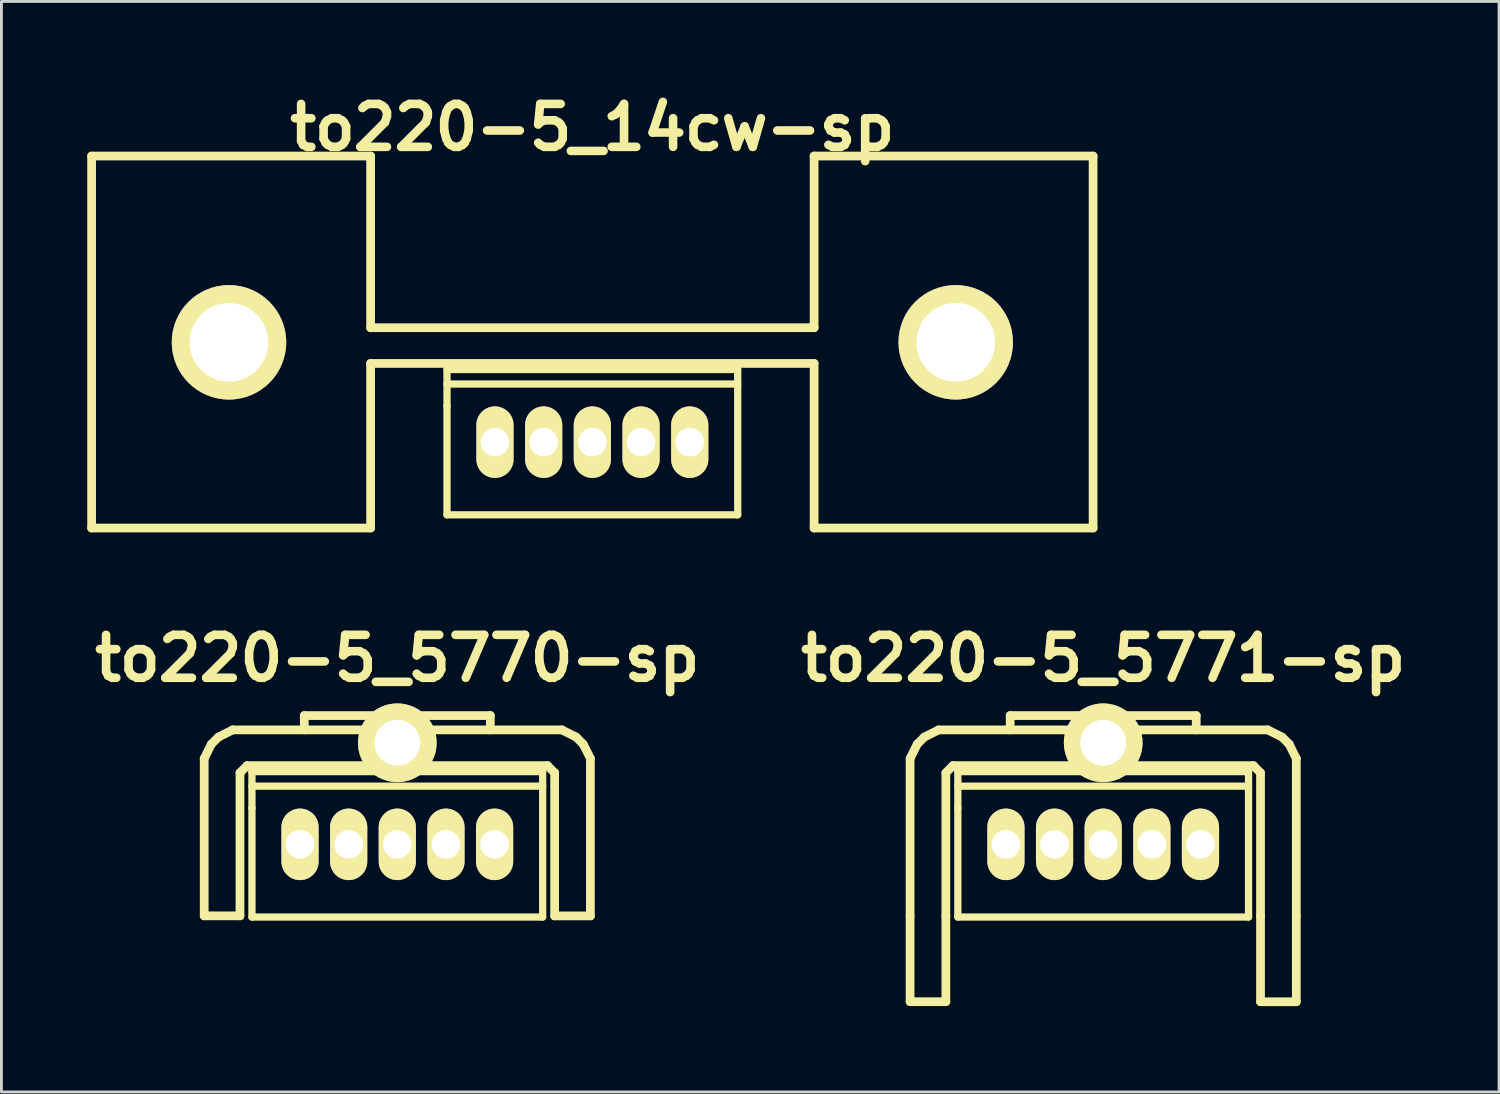
<source format=kicad_pcb>
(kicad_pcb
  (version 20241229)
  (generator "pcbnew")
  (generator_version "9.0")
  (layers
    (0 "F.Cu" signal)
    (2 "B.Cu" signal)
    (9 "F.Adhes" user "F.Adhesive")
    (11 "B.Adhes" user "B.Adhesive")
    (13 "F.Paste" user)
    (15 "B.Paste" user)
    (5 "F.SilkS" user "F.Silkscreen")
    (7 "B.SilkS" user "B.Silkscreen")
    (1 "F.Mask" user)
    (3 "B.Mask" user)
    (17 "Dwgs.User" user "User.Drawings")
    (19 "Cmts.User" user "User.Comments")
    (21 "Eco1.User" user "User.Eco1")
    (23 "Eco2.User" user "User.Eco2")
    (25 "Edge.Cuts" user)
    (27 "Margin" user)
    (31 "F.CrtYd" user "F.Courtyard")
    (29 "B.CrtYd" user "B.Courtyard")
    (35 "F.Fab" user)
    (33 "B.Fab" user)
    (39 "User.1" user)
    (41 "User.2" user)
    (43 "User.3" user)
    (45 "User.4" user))
  (footprint "to220-5_14cw-sp"
    (layer "F.Cu")
    (at 17.653 12.404)
    (property "Reference" "to220-5_14cw-sp" (at 0 -11 0) (layer "F.SilkS") (effects (font (size 1.5 1.5) (thickness 0.3))))
    (attr through_hole)
    (fp_line (start -17.501 -10) (end -17.501 3) (stroke (width 0.305) (type solid)) (layer "F.SilkS"))
    (fp_line (start -17.501 3) (end -7.75 3) (stroke (width 0.305) (type solid)) (layer "F.SilkS"))
    (fp_line (start -7.75 -10) (end -17.501 -10) (stroke (width 0.305) (type solid)) (layer "F.SilkS"))
    (fp_line (start -7.75 -4) (end -7.75 -10) (stroke (width 0.305) (type solid)) (layer "F.SilkS"))
    (fp_line (start -7.75 -2.751) (end 7.75 -2.751) (stroke (width 0.305) (type solid)) (layer "F.SilkS"))
    (fp_line (start -7.75 3) (end -7.75 -2.751) (stroke (width 0.305) (type solid)) (layer "F.SilkS"))
    (fp_line (start -5.08 -2.54) (end -5.08 -1.27) (stroke (width 0.254) (type solid)) (layer "F.SilkS"))
    (fp_line (start -5.08 -2.032) (end 5.08 -2.032) (stroke (width 0.254) (type solid)) (layer "F.SilkS"))
    (fp_line (start -5.08 -1.27) (end -5.08 2.54) (stroke (width 0.254) (type solid)) (layer "F.SilkS"))
    (fp_line (start -5.08 2.54) (end 5.08 2.54) (stroke (width 0.254) (type solid)) (layer "F.SilkS"))
    (fp_line (start 5.08 -2.54) (end -5.08 -2.54) (stroke (width 0.254) (type solid)) (layer "F.SilkS"))
    (fp_line (start 5.08 2.54) (end 5.08 -2.54) (stroke (width 0.254) (type solid)) (layer "F.SilkS"))
    (fp_line (start 7.75 -10) (end 7.75 -4) (stroke (width 0.305) (type solid)) (layer "F.SilkS"))
    (fp_line (start 7.75 -4) (end -7.75 -4) (stroke (width 0.305) (type solid)) (layer "F.SilkS"))
    (fp_line (start 7.75 -2.751) (end 7.75 3) (stroke (width 0.305) (type solid)) (layer "F.SilkS"))
    (fp_line (start 7.75 3) (end 17.501 3) (stroke (width 0.305) (type solid)) (layer "F.SilkS"))
    (fp_line (start 17.501 -10) (end 7.75 -10) (stroke (width 0.305) (type solid)) (layer "F.SilkS"))
    (fp_line (start 17.501 3) (end 17.501 -10) (stroke (width 0.305) (type solid)) (layer "F.SilkS"))
    (pad "" thru_hole circle (at -12.7 -3.49) (size 4 4) (drill 2.75) (layers "*.Cu" "*.Mask" "F.SilkS"))
    (pad "" thru_hole circle (at 12.7 -3.49) (size 4 4) (drill 2.75) (layers "*.Cu" "*.Mask" "F.SilkS"))
    (pad "1" thru_hole oval (at -3.404 0) (size 1.3 2.5) (drill 1) (layers "*.Cu" "*.Mask" "F.SilkS"))
    (pad "2" thru_hole oval (at -1.702 0) (size 1.3 2.5) (drill 1) (layers "*.Cu" "*.Mask" "F.SilkS"))
    (pad "3" thru_hole oval (at 0 0) (size 1.3 2.5) (drill 1) (layers "*.Cu" "*.Mask" "F.SilkS"))
    (pad "4" thru_hole oval (at 1.702 0) (size 1.3 2.5) (drill 1) (layers "*.Cu" "*.Mask" "F.SilkS"))
    (pad "5" thru_hole oval (at 3.404 0) (size 1.3 2.5) (drill 1) (layers "*.Cu" "*.Mask" "F.SilkS")))
  (footprint "to220-5_5770-sp"
    (layer "F.Cu")
    (at 10.836 26.46)
    (property "Reference" "to220-5_5770-sp" (at 0 -6.5 0) (layer "F.SilkS") (effects (font (size 1.5 1.5) (thickness 0.3))))
    (attr through_hole)
    (fp_line (start -6.749 -3) (end -6.5 -3.5) (stroke (width 0.305) (type solid)) (layer "F.SilkS"))
    (fp_line (start -6.749 2.499) (end -6.749 -3) (stroke (width 0.305) (type solid)) (layer "F.SilkS"))
    (fp_line (start -6.5 -3.5) (end -6.251 -3.749) (stroke (width 0.305) (type solid)) (layer "F.SilkS"))
    (fp_line (start -6.251 -3.749) (end -5.751 -4) (stroke (width 0.305) (type solid)) (layer "F.SilkS"))
    (fp_line (start -5.499 -2.499) (end -5.25 -2.751) (stroke (width 0.305) (type solid)) (layer "F.SilkS"))
    (fp_line (start -5.499 2.499) (end -6.749 2.499) (stroke (width 0.305) (type solid)) (layer "F.SilkS"))
    (fp_line (start -5.499 2.499) (end -5.499 -2.499) (stroke (width 0.305) (type solid)) (layer "F.SilkS"))
    (fp_line (start -5.25 -2.751) (end 5.25 -2.751) (stroke (width 0.305) (type solid)) (layer "F.SilkS"))
    (fp_line (start -5.08 -2.54) (end -5.08 -1.27) (stroke (width 0.254) (type solid)) (layer "F.SilkS"))
    (fp_line (start -5.08 -2.032) (end 5.08 -2.032) (stroke (width 0.254) (type solid)) (layer "F.SilkS"))
    (fp_line (start -5.08 -1.27) (end -5.08 2.54) (stroke (width 0.254) (type solid)) (layer "F.SilkS"))
    (fp_line (start -5.08 2.54) (end 5.08 2.54) (stroke (width 0.254) (type solid)) (layer "F.SilkS"))
    (fp_line (start -3.251 -4.501) (end 3.251 -4.501) (stroke (width 0.305) (type solid)) (layer "F.SilkS"))
    (fp_line (start -3.251 -4) (end -3.251 -4.501) (stroke (width 0.305) (type solid)) (layer "F.SilkS"))
    (fp_line (start 3.251 -4.501) (end 3.251 -4) (stroke (width 0.305) (type solid)) (layer "F.SilkS"))
    (fp_line (start 5.08 -2.54) (end -5.08 -2.54) (stroke (width 0.254) (type solid)) (layer "F.SilkS"))
    (fp_line (start 5.08 2.54) (end 5.08 -2.54) (stroke (width 0.254) (type solid)) (layer "F.SilkS"))
    (fp_line (start 5.25 -2.751) (end 5.499 -2.499) (stroke (width 0.305) (type solid)) (layer "F.SilkS"))
    (fp_line (start 5.499 2.499) (end 5.499 -2.499) (stroke (width 0.305) (type solid)) (layer "F.SilkS"))
    (fp_line (start 5.751 -4) (end -5.751 -4) (stroke (width 0.305) (type solid)) (layer "F.SilkS"))
    (fp_line (start 5.751 -4) (end 6.251 -3.749) (stroke (width 0.305) (type solid)) (layer "F.SilkS"))
    (fp_line (start 6.251 -3.749) (end 6.5 -3.5) (stroke (width 0.305) (type solid)) (layer "F.SilkS"))
    (fp_line (start 6.5 -3.5) (end 6.749 -3) (stroke (width 0.305) (type solid)) (layer "F.SilkS"))
    (fp_line (start 6.749 2.499) (end 6.749 -3) (stroke (width 0.305) (type solid)) (layer "F.SilkS"))
    (fp_line (start 6.749 2.502) (end 5.499 2.502) (stroke (width 0.305) (type solid)) (layer "F.SilkS"))
    (pad "" thru_hole circle (at 0 -3.55) (size 2.75 2.75) (drill 1.6) (layers "*.Cu" "*.Mask" "F.SilkS"))
    (pad "1" thru_hole oval (at -3.4 0) (size 1.3 2.5) (drill 1) (layers "*.Cu" "*.Mask" "F.SilkS"))
    (pad "2" thru_hole oval (at -1.7 0) (size 1.3 2.5) (drill 1) (layers "*.Cu" "*.Mask" "F.SilkS"))
    (pad "3" thru_hole oval (at 0 0) (size 1.3 2.5) (drill 1) (layers "*.Cu" "*.Mask" "F.SilkS"))
    (pad "4" thru_hole oval (at 1.7 0) (size 1.3 2.5) (drill 1) (layers "*.Cu" "*.Mask" "F.SilkS"))
    (pad "5" thru_hole oval (at 3.4 0) (size 1.3 2.5) (drill 1) (layers "*.Cu" "*.Mask" "F.SilkS")))
  (footprint "to220-5_5771-sp"
    (layer "F.Cu")
    (at 35.507 26.46)
    (property "Reference" "to220-5_5771-sp" (at 0 -6.5 0) (layer "F.SilkS") (effects (font (size 1.5 1.5) (thickness 0.3))))
    (attr through_hole)
    (fp_line (start -6.749 -3) (end -6.5 -3.5) (stroke (width 0.305) (type solid)) (layer "F.SilkS"))
    (fp_line (start -6.749 2.499) (end -6.749 -3) (stroke (width 0.305) (type solid)) (layer "F.SilkS"))
    (fp_line (start -6.749 2.499) (end -6.749 5.499) (stroke (width 0.305) (type solid)) (layer "F.SilkS"))
    (fp_line (start -6.5 -3.5) (end -6.251 -3.749) (stroke (width 0.305) (type solid)) (layer "F.SilkS"))
    (fp_line (start -6.251 -3.749) (end -5.751 -4) (stroke (width 0.305) (type solid)) (layer "F.SilkS"))
    (fp_line (start -5.499 -2.499) (end -5.25 -2.751) (stroke (width 0.305) (type solid)) (layer "F.SilkS"))
    (fp_line (start -5.499 2.499) (end -5.499 -2.499) (stroke (width 0.305) (type solid)) (layer "F.SilkS"))
    (fp_line (start -5.499 2.499) (end -5.499 5.499) (stroke (width 0.305) (type solid)) (layer "F.SilkS"))
    (fp_line (start -5.499 5.499) (end -6.749 5.499) (stroke (width 0.305) (type solid)) (layer "F.SilkS"))
    (fp_line (start -5.25 -2.751) (end 5.25 -2.751) (stroke (width 0.305) (type solid)) (layer "F.SilkS"))
    (fp_line (start -5.08 -2.54) (end -5.08 -1.27) (stroke (width 0.254) (type solid)) (layer "F.SilkS"))
    (fp_line (start -5.08 -2.032) (end 5.08 -2.032) (stroke (width 0.254) (type solid)) (layer "F.SilkS"))
    (fp_line (start -5.08 -1.27) (end -5.08 2.54) (stroke (width 0.254) (type solid)) (layer "F.SilkS"))
    (fp_line (start -5.08 2.54) (end 5.08 2.54) (stroke (width 0.254) (type solid)) (layer "F.SilkS"))
    (fp_line (start -3.251 -4.501) (end 3.251 -4.501) (stroke (width 0.305) (type solid)) (layer "F.SilkS"))
    (fp_line (start -3.251 -4) (end -3.251 -4.501) (stroke (width 0.305) (type solid)) (layer "F.SilkS"))
    (fp_line (start 3.251 -4.501) (end 3.251 -4) (stroke (width 0.305) (type solid)) (layer "F.SilkS"))
    (fp_line (start 5.08 -2.54) (end -5.08 -2.54) (stroke (width 0.254) (type solid)) (layer "F.SilkS"))
    (fp_line (start 5.08 2.54) (end 5.08 -2.54) (stroke (width 0.254) (type solid)) (layer "F.SilkS"))
    (fp_line (start 5.25 -2.751) (end 5.499 -2.499) (stroke (width 0.305) (type solid)) (layer "F.SilkS"))
    (fp_line (start 5.499 2.499) (end 5.499 -2.499) (stroke (width 0.305) (type solid)) (layer "F.SilkS"))
    (fp_line (start 5.499 2.499) (end 5.499 5.499) (stroke (width 0.305) (type solid)) (layer "F.SilkS"))
    (fp_line (start 5.751 -4) (end -5.751 -4) (stroke (width 0.305) (type solid)) (layer "F.SilkS"))
    (fp_line (start 5.751 -4) (end 6.251 -3.749) (stroke (width 0.305) (type solid)) (layer "F.SilkS"))
    (fp_line (start 6.251 -3.749) (end 6.5 -3.5) (stroke (width 0.305) (type solid)) (layer "F.SilkS"))
    (fp_line (start 6.5 -3.5) (end 6.749 -3) (stroke (width 0.305) (type solid)) (layer "F.SilkS"))
    (fp_line (start 6.749 2.499) (end 6.749 -3) (stroke (width 0.305) (type solid)) (layer "F.SilkS"))
    (fp_line (start 6.749 2.499) (end 6.749 5.499) (stroke (width 0.305) (type solid)) (layer "F.SilkS"))
    (fp_line (start 6.749 5.502) (end 5.499 5.502) (stroke (width 0.305) (type solid)) (layer "F.SilkS"))
    (pad "" thru_hole circle (at 0 -3.55) (size 2.75 2.75) (drill 1.6) (layers "*.Cu" "*.Mask" "F.SilkS"))
    (pad "1" thru_hole oval (at -3.4 0) (size 1.3 2.5) (drill 1) (layers "*.Cu" "*.Mask" "F.SilkS"))
    (pad "2" thru_hole oval (at -1.7 0) (size 1.3 2.5) (drill 1) (layers "*.Cu" "*.Mask" "F.SilkS"))
    (pad "3" thru_hole oval (at 0 0) (size 1.3 2.5) (drill 1) (layers "*.Cu" "*.Mask" "F.SilkS"))
    (pad "4" thru_hole oval (at 1.7 0) (size 1.3 2.5) (drill 1) (layers "*.Cu" "*.Mask" "F.SilkS"))
    (pad "5" thru_hole oval (at 3.4 0) (size 1.3 2.5) (drill 1) (layers "*.Cu" "*.Mask" "F.SilkS")))
  (gr_rect
    (start -3 -3)
    (end 49.343 35.114)
    (stroke (width 0.1) (type default))
    (fill no)
    (layer "Edge.Cuts")))
</source>
